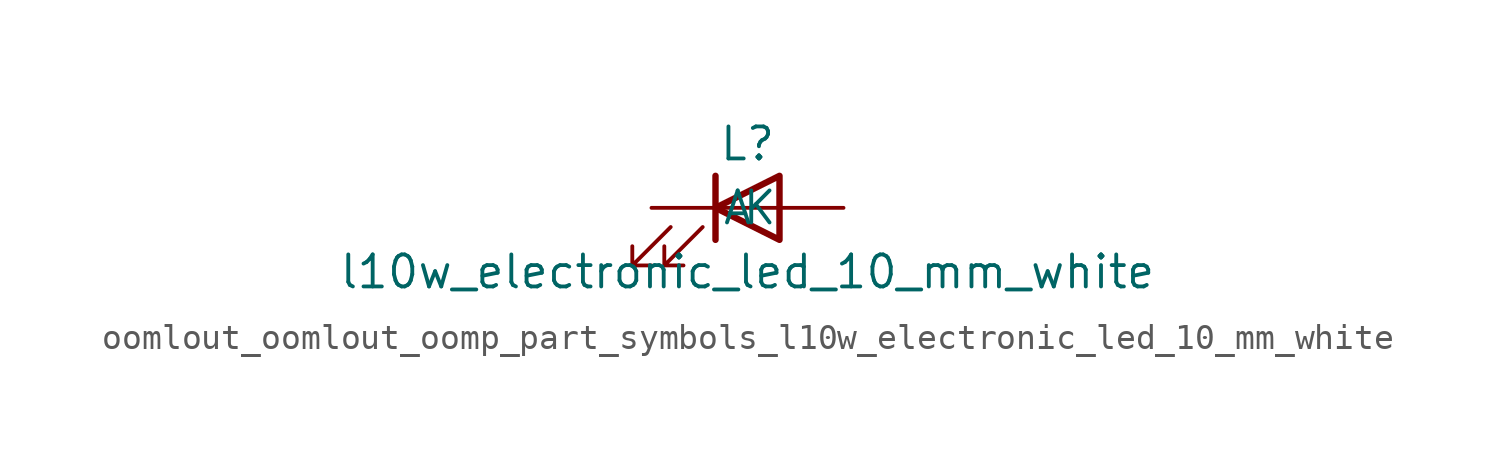
<source format=kicad_sym>
(kicad_symbol_lib
  (version 20220914)
  (generator kicad_symbol_editor)
  (symbol "oomlout_oomlout_oomp_part_symbols_l10w_electronic_led_10_mm_white"
    (pin_numbers hide)
    (pin_names
      (offset 1.016))
    (property "Reference" "L"
      (at 0 2.54 0)
      (effects (font (size 1.27 1.27))))
    (property "Value" "l10w_electronic_led_10_mm_white"
      (at 0 -2.54 0)
      (effects (font (size 1.27 1.27))))
    (symbol "oomlout_oomlout_oomp_part_symbols_l10w_electronic_led_10_mm_white_0_1"
      (polyline (pts (xy -1.27 -1.27) (xy -1.27 1.27)) (stroke (width 0.254) (type default)) (fill (type none)))
      (polyline (pts (xy -1.27 0) (xy 1.27 0)) (stroke (width 0) (type default)) (fill (type none)))
      (polyline (pts (xy 1.27 -1.27) (xy 1.27 1.27) (xy -1.27 0) (xy 1.27 -1.27)) (stroke (width 0.254) (type default)) (fill (type none)))
      (polyline (pts (xy -3.048 -0.762) (xy -4.572 -2.286) (xy -3.81 -2.286) (xy -4.572 -2.286) (xy -4.572 -1.524)) (stroke (width 0) (type default)) (fill (type none)))
      (polyline (pts (xy -1.778 -0.762) (xy -3.302 -2.286) (xy -2.54 -2.286) (xy -3.302 -2.286) (xy -3.302 -1.524)) (stroke (width 0) (type default)) (fill (type none))))
    (symbol "oomlout_oomlout_oomp_part_symbols_l10w_electronic_led_10_mm_white_1_1"
      (pin passive line (at -3.81 0 0) (length 2.54) (name "K" (effects (font (size 1.27 1.27)))) (number "1" (effects (font (size 1.27 1.27)))))
      (pin passive line (at 3.81 0 180) (length 2.54) (name "A" (effects (font (size 1.27 1.27)))) (number "2" (effects (font (size 1.27 1.27))))))))
</source>
